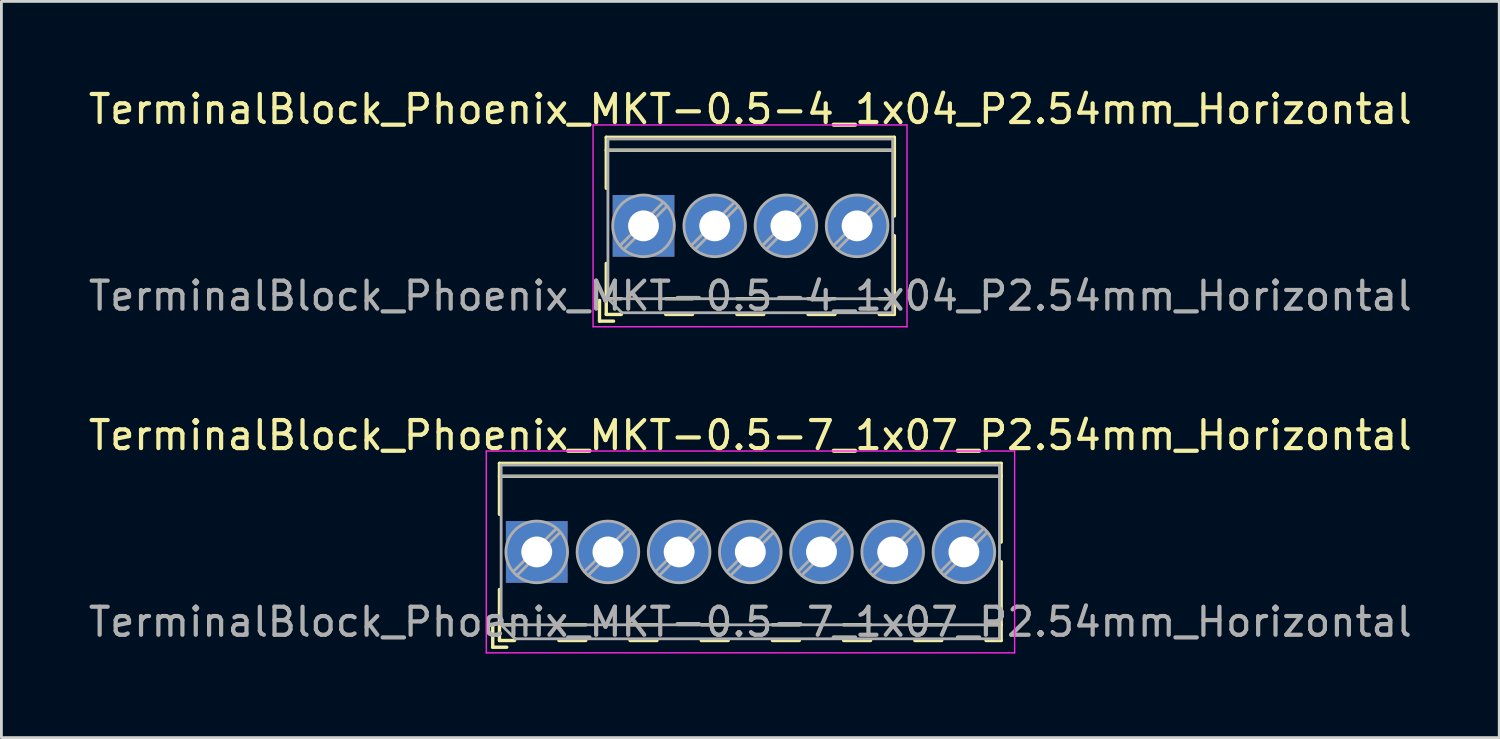
<source format=kicad_pcb>
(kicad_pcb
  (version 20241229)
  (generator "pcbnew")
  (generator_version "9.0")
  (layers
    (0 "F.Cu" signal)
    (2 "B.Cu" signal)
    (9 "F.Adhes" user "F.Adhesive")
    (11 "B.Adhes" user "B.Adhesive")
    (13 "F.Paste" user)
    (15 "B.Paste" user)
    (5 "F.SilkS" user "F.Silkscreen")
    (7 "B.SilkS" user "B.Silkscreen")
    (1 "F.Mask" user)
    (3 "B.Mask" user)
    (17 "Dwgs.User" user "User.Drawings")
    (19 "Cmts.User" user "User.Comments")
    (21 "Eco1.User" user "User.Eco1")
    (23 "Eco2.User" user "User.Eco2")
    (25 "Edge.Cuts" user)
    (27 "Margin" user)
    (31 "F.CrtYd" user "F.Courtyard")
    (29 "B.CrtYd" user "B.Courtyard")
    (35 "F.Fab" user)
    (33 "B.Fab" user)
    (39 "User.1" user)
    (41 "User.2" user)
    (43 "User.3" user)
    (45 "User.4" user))
  (footprint "TerminalBlock_Phoenix_MKT-0.5-4_1x04_P2.54mm_Horizontal"
    (layer "F.Cu")
    (at 19.91 5.008)
    (property "Reference" "TerminalBlock_Phoenix_MKT-0.5-4_1x04_P2.54mm_Horizontal" (at 3.81 -4.16 0) (layer "F.SilkS") (effects (font (size 1 1) (thickness 0.15))))
    (attr through_hole)
    (fp_line (start -1.57 2.66) (end -1.57 3.4) (stroke (width 0.12) (type solid)) (layer "F.SilkS"))
    (fp_line (start -1.57 3.4) (end -1.07 3.4) (stroke (width 0.12) (type solid)) (layer "F.SilkS"))
    (fp_line (start -1.33 -3.16) (end -1.33 -1.34) (stroke (width 0.12) (type solid)) (layer "F.SilkS"))
    (fp_line (start -1.33 -3.16) (end 8.95 -3.16) (stroke (width 0.12) (type solid)) (layer "F.SilkS"))
    (fp_line (start -1.33 -2.7) (end 8.95 -2.7) (stroke (width 0.12) (type solid)) (layer "F.SilkS"))
    (fp_line (start -1.33 1.34) (end -1.33 3.16) (stroke (width 0.12) (type solid)) (layer "F.SilkS"))
    (fp_line (start -1.33 2.6) (end -0.79 2.6) (stroke (width 0.12) (type solid)) (layer "F.SilkS"))
    (fp_line (start -1.33 3.16) (end -0.79 3.16) (stroke (width 0.12) (type solid)) (layer "F.SilkS"))
    (fp_line (start 0.79 2.6) (end 1.75 2.6) (stroke (width 0.12) (type solid)) (layer "F.SilkS"))
    (fp_line (start 0.79 3.16) (end 1.75 3.16) (stroke (width 0.12) (type solid)) (layer "F.SilkS"))
    (fp_line (start 3.33 2.6) (end 4.29 2.6) (stroke (width 0.12) (type solid)) (layer "F.SilkS"))
    (fp_line (start 3.33 3.16) (end 4.29 3.16) (stroke (width 0.12) (type solid)) (layer "F.SilkS"))
    (fp_line (start 5.87 2.6) (end 6.83 2.6) (stroke (width 0.12) (type solid)) (layer "F.SilkS"))
    (fp_line (start 5.87 3.16) (end 6.83 3.16) (stroke (width 0.12) (type solid)) (layer "F.SilkS"))
    (fp_line (start 8.41 2.6) (end 8.95 2.6) (stroke (width 0.12) (type solid)) (layer "F.SilkS"))
    (fp_line (start 8.41 3.16) (end 8.95 3.16) (stroke (width 0.12) (type solid)) (layer "F.SilkS"))
    (fp_line (start 8.95 -3.16) (end 8.95 -0.35) (stroke (width 0.12) (type solid)) (layer "F.SilkS"))
    (fp_line (start 8.95 0.35) (end 8.95 3.16) (stroke (width 0.12) (type solid)) (layer "F.SilkS"))
    (fp_line (start -1.8 -3.6) (end -1.8 3.6) (stroke (width 0.05) (type solid)) (layer "F.CrtYd"))
    (fp_line (start -1.8 3.6) (end 9.4 3.6) (stroke (width 0.05) (type solid)) (layer "F.CrtYd"))
    (fp_line (start 9.4 -3.6) (end -1.8 -3.6) (stroke (width 0.05) (type solid)) (layer "F.CrtYd"))
    (fp_line (start 9.4 3.6) (end 9.4 -3.6) (stroke (width 0.05) (type solid)) (layer "F.CrtYd"))
    (fp_line (start -1.27 -3.1) (end 8.89 -3.1) (stroke (width 0.1) (type solid)) (layer "F.Fab"))
    (fp_line (start -1.27 -2.7) (end 8.89 -2.7) (stroke (width 0.1) (type solid)) (layer "F.Fab"))
    (fp_line (start -1.27 2.6) (end -1.27 -3.1) (stroke (width 0.1) (type solid)) (layer "F.Fab"))
    (fp_line (start -1.27 2.6) (end 8.89 2.6) (stroke (width 0.1) (type solid)) (layer "F.Fab"))
    (fp_line (start -0.77 3.1) (end -1.27 2.6) (stroke (width 0.1) (type solid)) (layer "F.Fab"))
    (fp_line (start 0.701 -0.835) (end -0.835 0.7) (stroke (width 0.1) (type solid)) (layer "F.Fab"))
    (fp_line (start 0.835 -0.7) (end -0.701 0.835) (stroke (width 0.1) (type solid)) (layer "F.Fab"))
    (fp_line (start 3.241 -0.835) (end 1.706 0.7) (stroke (width 0.1) (type solid)) (layer "F.Fab"))
    (fp_line (start 3.375 -0.7) (end 1.84 0.835) (stroke (width 0.1) (type solid)) (layer "F.Fab"))
    (fp_line (start 5.781 -0.835) (end 4.246 0.7) (stroke (width 0.1) (type solid)) (layer "F.Fab"))
    (fp_line (start 5.915 -0.7) (end 4.38 0.835) (stroke (width 0.1) (type solid)) (layer "F.Fab"))
    (fp_line (start 8.321 -0.835) (end 6.786 0.7) (stroke (width 0.1) (type solid)) (layer "F.Fab"))
    (fp_line (start 8.455 -0.7) (end 6.92 0.835) (stroke (width 0.1) (type solid)) (layer "F.Fab"))
    (fp_line (start 8.89 -3.1) (end 8.89 3.1) (stroke (width 0.1) (type solid)) (layer "F.Fab"))
    (fp_line (start 8.89 3.1) (end -0.77 3.1) (stroke (width 0.1) (type solid)) (layer "F.Fab"))
    (fp_circle (center 0 0) (end 1.1 0) (stroke (width 0.1) (type solid)) (fill no) (layer "F.Fab"))
    (fp_circle (center 2.54 0) (end 3.64 0) (stroke (width 0.1) (type solid)) (fill no) (layer "F.Fab"))
    (fp_circle (center 5.08 0) (end 6.18 0) (stroke (width 0.1) (type solid)) (fill no) (layer "F.Fab"))
    (fp_circle (center 7.62 0) (end 8.72 0) (stroke (width 0.1) (type solid)) (fill no) (layer "F.Fab"))
    (fp_text user "${REFERENCE}" (at 3.81 2.5 0) (layer "F.Fab") (effects (font (size 1 1) (thickness 0.15))))
    (pad "" np_thru_hole rect (at 0 2.54) (size 0.001 0.001) (drill 1.1) (layers "*.Cu" "*.Mask"))
    (pad "" np_thru_hole circle (at 2.54 2.54) (size 0.001 0.001) (drill 1.1) (layers "*.Cu" "*.Mask"))
    (pad "" np_thru_hole circle (at 5.08 2.54) (size 0.001 0.001) (drill 1.1) (layers "*.Cu" "*.Mask"))
    (pad "" np_thru_hole circle (at 7.62 2.54) (size 0.001 0.001) (drill 1.1) (layers "*.Cu" "*.Mask"))
    (pad "1" thru_hole rect (at 0 0) (size 2.2 2.2) (drill 1.1) (layers "*.Cu" "*.Mask"))
    (pad "2" thru_hole circle (at 2.54 0) (size 2.2 2.2) (drill 1.1) (layers "*.Cu" "*.Mask"))
    (pad "3" thru_hole circle (at 5.08 0) (size 2.2 2.2) (drill 1.1) (layers "*.Cu" "*.Mask"))
    (pad "4" thru_hole circle (at 7.62 0) (size 2.2 2.2) (drill 1.1) (layers "*.Cu" "*.Mask")))
  (footprint "TerminalBlock_Phoenix_MKT-0.5-7_1x07_P2.54mm_Horizontal"
    (layer "F.Cu")
    (at 16.1 16.642)
    (property "Reference" "TerminalBlock_Phoenix_MKT-0.5-7_1x07_P2.54mm_Horizontal" (at 7.62 -4.16 0) (layer "F.SilkS") (effects (font (size 1 1) (thickness 0.15))))
    (attr through_hole)
    (fp_line (start -1.57 2.66) (end -1.57 3.4) (stroke (width 0.12) (type solid)) (layer "F.SilkS"))
    (fp_line (start -1.57 3.4) (end -1.07 3.4) (stroke (width 0.12) (type solid)) (layer "F.SilkS"))
    (fp_line (start -1.33 -3.16) (end -1.33 -1.34) (stroke (width 0.12) (type solid)) (layer "F.SilkS"))
    (fp_line (start -1.33 -3.16) (end 16.57 -3.16) (stroke (width 0.12) (type solid)) (layer "F.SilkS"))
    (fp_line (start -1.33 -2.7) (end 16.57 -2.7) (stroke (width 0.12) (type solid)) (layer "F.SilkS"))
    (fp_line (start -1.33 1.34) (end -1.33 3.16) (stroke (width 0.12) (type solid)) (layer "F.SilkS"))
    (fp_line (start -1.33 2.6) (end -0.79 2.6) (stroke (width 0.12) (type solid)) (layer "F.SilkS"))
    (fp_line (start -1.33 3.16) (end -0.79 3.16) (stroke (width 0.12) (type solid)) (layer "F.SilkS"))
    (fp_line (start 0.79 2.6) (end 1.75 2.6) (stroke (width 0.12) (type solid)) (layer "F.SilkS"))
    (fp_line (start 0.79 3.16) (end 1.75 3.16) (stroke (width 0.12) (type solid)) (layer "F.SilkS"))
    (fp_line (start 3.33 2.6) (end 4.29 2.6) (stroke (width 0.12) (type solid)) (layer "F.SilkS"))
    (fp_line (start 3.33 3.16) (end 4.29 3.16) (stroke (width 0.12) (type solid)) (layer "F.SilkS"))
    (fp_line (start 5.87 2.6) (end 6.83 2.6) (stroke (width 0.12) (type solid)) (layer "F.SilkS"))
    (fp_line (start 5.87 3.16) (end 6.83 3.16) (stroke (width 0.12) (type solid)) (layer "F.SilkS"))
    (fp_line (start 8.41 2.6) (end 9.37 2.6) (stroke (width 0.12) (type solid)) (layer "F.SilkS"))
    (fp_line (start 8.41 3.16) (end 9.37 3.16) (stroke (width 0.12) (type solid)) (layer "F.SilkS"))
    (fp_line (start 10.95 2.6) (end 11.91 2.6) (stroke (width 0.12) (type solid)) (layer "F.SilkS"))
    (fp_line (start 10.95 3.16) (end 11.91 3.16) (stroke (width 0.12) (type solid)) (layer "F.SilkS"))
    (fp_line (start 13.49 2.6) (end 14.45 2.6) (stroke (width 0.12) (type solid)) (layer "F.SilkS"))
    (fp_line (start 13.49 3.16) (end 14.45 3.16) (stroke (width 0.12) (type solid)) (layer "F.SilkS"))
    (fp_line (start 16.03 2.6) (end 16.57 2.6) (stroke (width 0.12) (type solid)) (layer "F.SilkS"))
    (fp_line (start 16.03 3.16) (end 16.57 3.16) (stroke (width 0.12) (type solid)) (layer "F.SilkS"))
    (fp_line (start 16.57 -3.16) (end 16.57 -0.35) (stroke (width 0.12) (type solid)) (layer "F.SilkS"))
    (fp_line (start 16.57 0.35) (end 16.57 3.16) (stroke (width 0.12) (type solid)) (layer "F.SilkS"))
    (fp_line (start -1.8 -3.6) (end -1.8 3.6) (stroke (width 0.05) (type solid)) (layer "F.CrtYd"))
    (fp_line (start -1.8 3.6) (end 17.05 3.6) (stroke (width 0.05) (type solid)) (layer "F.CrtYd"))
    (fp_line (start 17.05 -3.6) (end -1.8 -3.6) (stroke (width 0.05) (type solid)) (layer "F.CrtYd"))
    (fp_line (start 17.05 3.6) (end 17.05 -3.6) (stroke (width 0.05) (type solid)) (layer "F.CrtYd"))
    (fp_line (start -1.27 -3.1) (end 16.51 -3.1) (stroke (width 0.1) (type solid)) (layer "F.Fab"))
    (fp_line (start -1.27 -2.7) (end 16.51 -2.7) (stroke (width 0.1) (type solid)) (layer "F.Fab"))
    (fp_line (start -1.27 2.6) (end -1.27 -3.1) (stroke (width 0.1) (type solid)) (layer "F.Fab"))
    (fp_line (start -1.27 2.6) (end 16.51 2.6) (stroke (width 0.1) (type solid)) (layer "F.Fab"))
    (fp_line (start -0.77 3.1) (end -1.27 2.6) (stroke (width 0.1) (type solid)) (layer "F.Fab"))
    (fp_line (start 0.701 -0.835) (end -0.835 0.7) (stroke (width 0.1) (type solid)) (layer "F.Fab"))
    (fp_line (start 0.835 -0.7) (end -0.701 0.835) (stroke (width 0.1) (type solid)) (layer "F.Fab"))
    (fp_line (start 3.241 -0.835) (end 1.706 0.7) (stroke (width 0.1) (type solid)) (layer "F.Fab"))
    (fp_line (start 3.375 -0.7) (end 1.84 0.835) (stroke (width 0.1) (type solid)) (layer "F.Fab"))
    (fp_line (start 5.781 -0.835) (end 4.246 0.7) (stroke (width 0.1) (type solid)) (layer "F.Fab"))
    (fp_line (start 5.915 -0.7) (end 4.38 0.835) (stroke (width 0.1) (type solid)) (layer "F.Fab"))
    (fp_line (start 8.321 -0.835) (end 6.786 0.7) (stroke (width 0.1) (type solid)) (layer "F.Fab"))
    (fp_line (start 8.455 -0.7) (end 6.92 0.835) (stroke (width 0.1) (type solid)) (layer "F.Fab"))
    (fp_line (start 10.861 -0.835) (end 9.326 0.7) (stroke (width 0.1) (type solid)) (layer "F.Fab"))
    (fp_line (start 10.995 -0.7) (end 9.46 0.835) (stroke (width 0.1) (type solid)) (layer "F.Fab"))
    (fp_line (start 13.401 -0.835) (end 11.866 0.7) (stroke (width 0.1) (type solid)) (layer "F.Fab"))
    (fp_line (start 13.535 -0.7) (end 12 0.835) (stroke (width 0.1) (type solid)) (layer "F.Fab"))
    (fp_line (start 15.941 -0.835) (end 14.406 0.7) (stroke (width 0.1) (type solid)) (layer "F.Fab"))
    (fp_line (start 16.075 -0.7) (end 14.54 0.835) (stroke (width 0.1) (type solid)) (layer "F.Fab"))
    (fp_line (start 16.51 -3.1) (end 16.51 3.1) (stroke (width 0.1) (type solid)) (layer "F.Fab"))
    (fp_line (start 16.51 3.1) (end -0.77 3.1) (stroke (width 0.1) (type solid)) (layer "F.Fab"))
    (fp_circle (center 0 0) (end 1.1 0) (stroke (width 0.1) (type solid)) (fill no) (layer "F.Fab"))
    (fp_circle (center 2.54 0) (end 3.64 0) (stroke (width 0.1) (type solid)) (fill no) (layer "F.Fab"))
    (fp_circle (center 5.08 0) (end 6.18 0) (stroke (width 0.1) (type solid)) (fill no) (layer "F.Fab"))
    (fp_circle (center 7.62 0) (end 8.72 0) (stroke (width 0.1) (type solid)) (fill no) (layer "F.Fab"))
    (fp_circle (center 10.16 0) (end 11.26 0) (stroke (width 0.1) (type solid)) (fill no) (layer "F.Fab"))
    (fp_circle (center 12.7 0) (end 13.8 0) (stroke (width 0.1) (type solid)) (fill no) (layer "F.Fab"))
    (fp_circle (center 15.24 0) (end 16.34 0) (stroke (width 0.1) (type solid)) (fill no) (layer "F.Fab"))
    (fp_text user "${REFERENCE}" (at 7.62 2.5 0) (layer "F.Fab") (effects (font (size 1 1) (thickness 0.15))))
    (pad "" np_thru_hole rect (at 0 2.54) (size 0.001 0.001) (drill 1.1) (layers "*.Cu" "*.Mask"))
    (pad "" np_thru_hole circle (at 2.54 2.54) (size 0.001 0.001) (drill 1.1) (layers "*.Cu" "*.Mask"))
    (pad "" np_thru_hole circle (at 5.08 2.54) (size 0.001 0.001) (drill 1.1) (layers "*.Cu" "*.Mask"))
    (pad "" np_thru_hole circle (at 7.62 2.54) (size 0.001 0.001) (drill 1.1) (layers "*.Cu" "*.Mask"))
    (pad "" np_thru_hole circle (at 10.16 2.54) (size 0.001 0.001) (drill 1.1) (layers "*.Cu" "*.Mask"))
    (pad "" np_thru_hole circle (at 12.7 2.54) (size 0.001 0.001) (drill 1.1) (layers "*.Cu" "*.Mask"))
    (pad "" np_thru_hole circle (at 15.24 2.54) (size 0.001 0.001) (drill 1.1) (layers "*.Cu" "*.Mask"))
    (pad "1" thru_hole rect (at 0 0) (size 2.2 2.2) (drill 1.1) (layers "*.Cu" "*.Mask"))
    (pad "2" thru_hole circle (at 2.54 0) (size 2.2 2.2) (drill 1.1) (layers "*.Cu" "*.Mask"))
    (pad "3" thru_hole circle (at 5.08 0) (size 2.2 2.2) (drill 1.1) (layers "*.Cu" "*.Mask"))
    (pad "4" thru_hole circle (at 7.62 0) (size 2.2 2.2) (drill 1.1) (layers "*.Cu" "*.Mask"))
    (pad "5" thru_hole circle (at 10.16 0) (size 2.2 2.2) (drill 1.1) (layers "*.Cu" "*.Mask"))
    (pad "6" thru_hole circle (at 12.7 0) (size 2.2 2.2) (drill 1.1) (layers "*.Cu" "*.Mask"))
    (pad "7" thru_hole circle (at 15.24 0) (size 2.2 2.2) (drill 1.1) (layers "*.Cu" "*.Mask")))
  (gr_rect
    (start -3 -3)
    (end 50.44 23.267)
    (stroke (width 0.1) (type default))
    (fill no)
    (layer "Edge.Cuts")))
</source>
